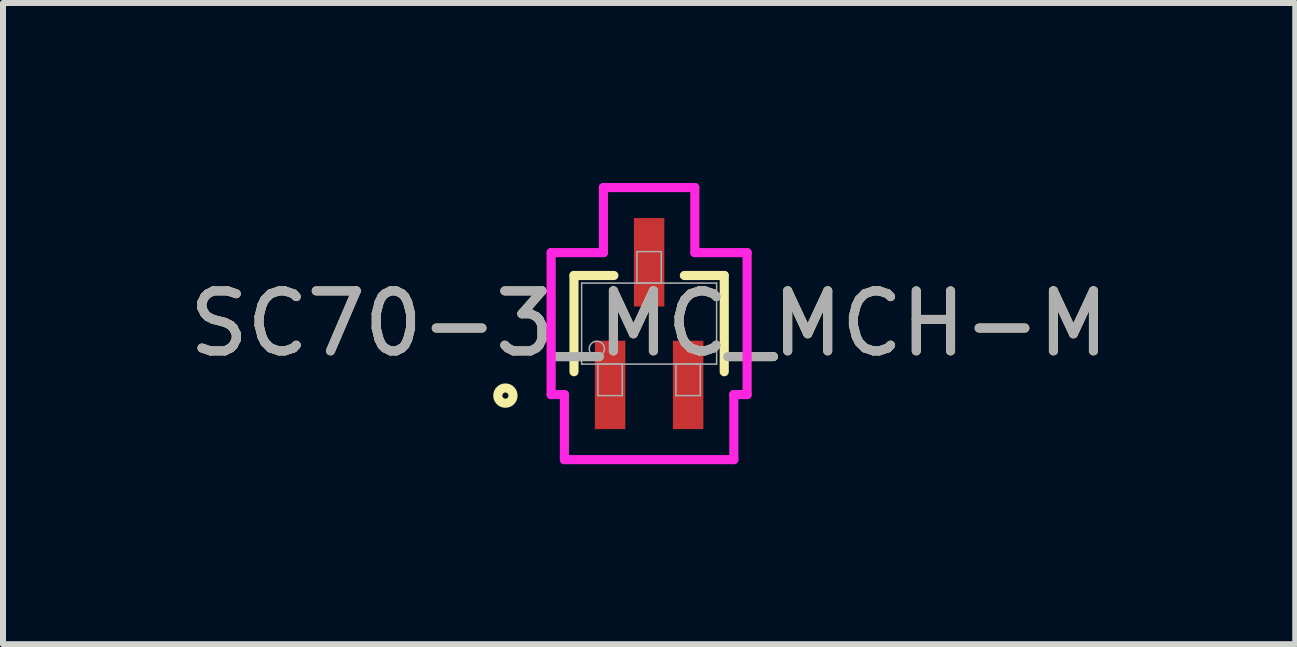
<source format=kicad_pcb>
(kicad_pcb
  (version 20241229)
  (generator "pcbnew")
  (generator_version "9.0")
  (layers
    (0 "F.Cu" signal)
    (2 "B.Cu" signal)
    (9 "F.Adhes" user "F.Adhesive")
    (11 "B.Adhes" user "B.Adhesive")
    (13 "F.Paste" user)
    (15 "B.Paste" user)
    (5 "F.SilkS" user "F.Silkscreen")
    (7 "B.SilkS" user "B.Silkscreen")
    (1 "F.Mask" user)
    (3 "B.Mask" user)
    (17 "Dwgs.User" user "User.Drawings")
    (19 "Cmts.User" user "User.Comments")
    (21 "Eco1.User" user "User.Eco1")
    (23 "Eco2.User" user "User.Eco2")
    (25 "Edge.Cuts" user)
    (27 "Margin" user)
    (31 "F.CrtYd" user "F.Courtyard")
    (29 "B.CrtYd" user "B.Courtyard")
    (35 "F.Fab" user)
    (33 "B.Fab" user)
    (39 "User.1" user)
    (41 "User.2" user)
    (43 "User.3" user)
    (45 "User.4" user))
  (footprint "SC70-3_MC_MCH-M"
    (layer "F.Cu")
    (at 7.768 2.343)
    (property "Reference" "SC70-3_MC_MCH-M" (at 0 0 0) (unlocked yes) (layer "F.SilkS") (effects (font (size 1 1) (thickness 0.15))))
    (attr smd)
    (fp_line (start -1.252 -0.802) (end -1.252 0.802) (stroke (width 0.152) (type solid)) (layer "F.SilkS"))
    (fp_line (start -0.587 -0.802) (end -1.252 -0.802) (stroke (width 0.152) (type solid)) (layer "F.SilkS"))
    (fp_line (start 1.252 -0.802) (end 0.587 -0.802) (stroke (width 0.152) (type solid)) (layer "F.SilkS"))
    (fp_line (start 1.252 0.802) (end 1.252 -0.802) (stroke (width 0.152) (type solid)) (layer "F.SilkS"))
    (fp_circle (center -2.395 1.2) (end -2.268 1.2) (stroke (width 0.152) (type solid)) (fill no) (layer "F.SilkS"))
    (fp_line (start -1.633 -1.183) (end -0.762 -1.183) (stroke (width 0.152) (type solid)) (layer "F.CrtYd"))
    (fp_line (start -1.633 1.183) (end -1.633 -1.183) (stroke (width 0.152) (type solid)) (layer "F.CrtYd"))
    (fp_line (start -1.633 1.183) (end -1.412 1.183) (stroke (width 0.152) (type solid)) (layer "F.CrtYd"))
    (fp_line (start -1.412 1.183) (end -1.412 2.267) (stroke (width 0.152) (type solid)) (layer "F.CrtYd"))
    (fp_line (start -1.412 2.267) (end 1.412 2.267) (stroke (width 0.152) (type solid)) (layer "F.CrtYd"))
    (fp_line (start -0.762 -2.267) (end 0.762 -2.267) (stroke (width 0.152) (type solid)) (layer "F.CrtYd"))
    (fp_line (start -0.762 -1.183) (end -0.762 -2.267) (stroke (width 0.152) (type solid)) (layer "F.CrtYd"))
    (fp_line (start 0.762 -1.183) (end 0.762 -2.267) (stroke (width 0.152) (type solid)) (layer "F.CrtYd"))
    (fp_line (start 1.412 1.183) (end 1.412 2.267) (stroke (width 0.152) (type solid)) (layer "F.CrtYd"))
    (fp_line (start 1.633 -1.183) (end 0.762 -1.183) (stroke (width 0.152) (type solid)) (layer "F.CrtYd"))
    (fp_line (start 1.633 -1.183) (end 1.633 1.183) (stroke (width 0.152) (type solid)) (layer "F.CrtYd"))
    (fp_line (start 1.633 1.183) (end 1.412 1.183) (stroke (width 0.152) (type solid)) (layer "F.CrtYd"))
    (fp_line (start -1.125 -0.675) (end -1.125 0.675) (stroke (width 0.025) (type solid)) (layer "F.Fab"))
    (fp_line (start -1.125 0.675) (end 1.125 0.675) (stroke (width 0.025) (type solid)) (layer "F.Fab"))
    (fp_line (start -0.853 0.675) (end -0.853 1.2) (stroke (width 0.025) (type solid)) (layer "F.Fab"))
    (fp_line (start -0.853 1.2) (end -0.447 1.2) (stroke (width 0.025) (type solid)) (layer "F.Fab"))
    (fp_line (start -0.447 0.675) (end -0.853 0.675) (stroke (width 0.025) (type solid)) (layer "F.Fab"))
    (fp_line (start -0.447 1.2) (end -0.447 0.675) (stroke (width 0.025) (type solid)) (layer "F.Fab"))
    (fp_line (start -0.203 -1.2) (end -0.203 -0.675) (stroke (width 0.025) (type solid)) (layer "F.Fab"))
    (fp_line (start -0.203 -0.675) (end 0.203 -0.675) (stroke (width 0.025) (type solid)) (layer "F.Fab"))
    (fp_line (start 0.203 -1.2) (end -0.203 -1.2) (stroke (width 0.025) (type solid)) (layer "F.Fab"))
    (fp_line (start 0.203 -0.675) (end 0.203 -1.2) (stroke (width 0.025) (type solid)) (layer "F.Fab"))
    (fp_line (start 0.447 0.675) (end 0.447 1.2) (stroke (width 0.025) (type solid)) (layer "F.Fab"))
    (fp_line (start 0.447 1.2) (end 0.853 1.2) (stroke (width 0.025) (type solid)) (layer "F.Fab"))
    (fp_line (start 0.853 0.675) (end 0.447 0.675) (stroke (width 0.025) (type solid)) (layer "F.Fab"))
    (fp_line (start 0.853 1.2) (end 0.853 0.675) (stroke (width 0.025) (type solid)) (layer "F.Fab"))
    (fp_line (start 1.125 -0.675) (end -1.125 -0.675) (stroke (width 0.025) (type solid)) (layer "F.Fab"))
    (fp_line (start 1.125 0.675) (end 1.125 -0.675) (stroke (width 0.025) (type solid)) (layer "F.Fab"))
    (fp_circle (center -0.871 0.421) (end -0.744 0.421) (stroke (width 0.025) (type solid)) (fill no) (layer "F.Fab"))
    (fp_text user "${REFERENCE}" (at 0 0 0) (unlocked yes) (layer "F.Fab") (effects (font (size 1 1) (thickness 0.15))))
    (pad "1" smd rect (at -0.65 1.022) (size 0.508 1.473) (layers "F.Cu" "F.Mask" "F.Paste"))
    (pad "2" smd rect (at 0.65 1.022) (size 0.508 1.473) (layers "F.Cu" "F.Mask" "F.Paste"))
    (pad "3" smd rect (at 0 -1.022) (size 0.508 1.473) (layers "F.Cu" "F.Mask" "F.Paste")))
  (gr_rect
    (start -3 -3)
    (end 18.536 7.686)
    (stroke (width 0.1) (type default))
    (fill no)
    (layer "Edge.Cuts")))
</source>
